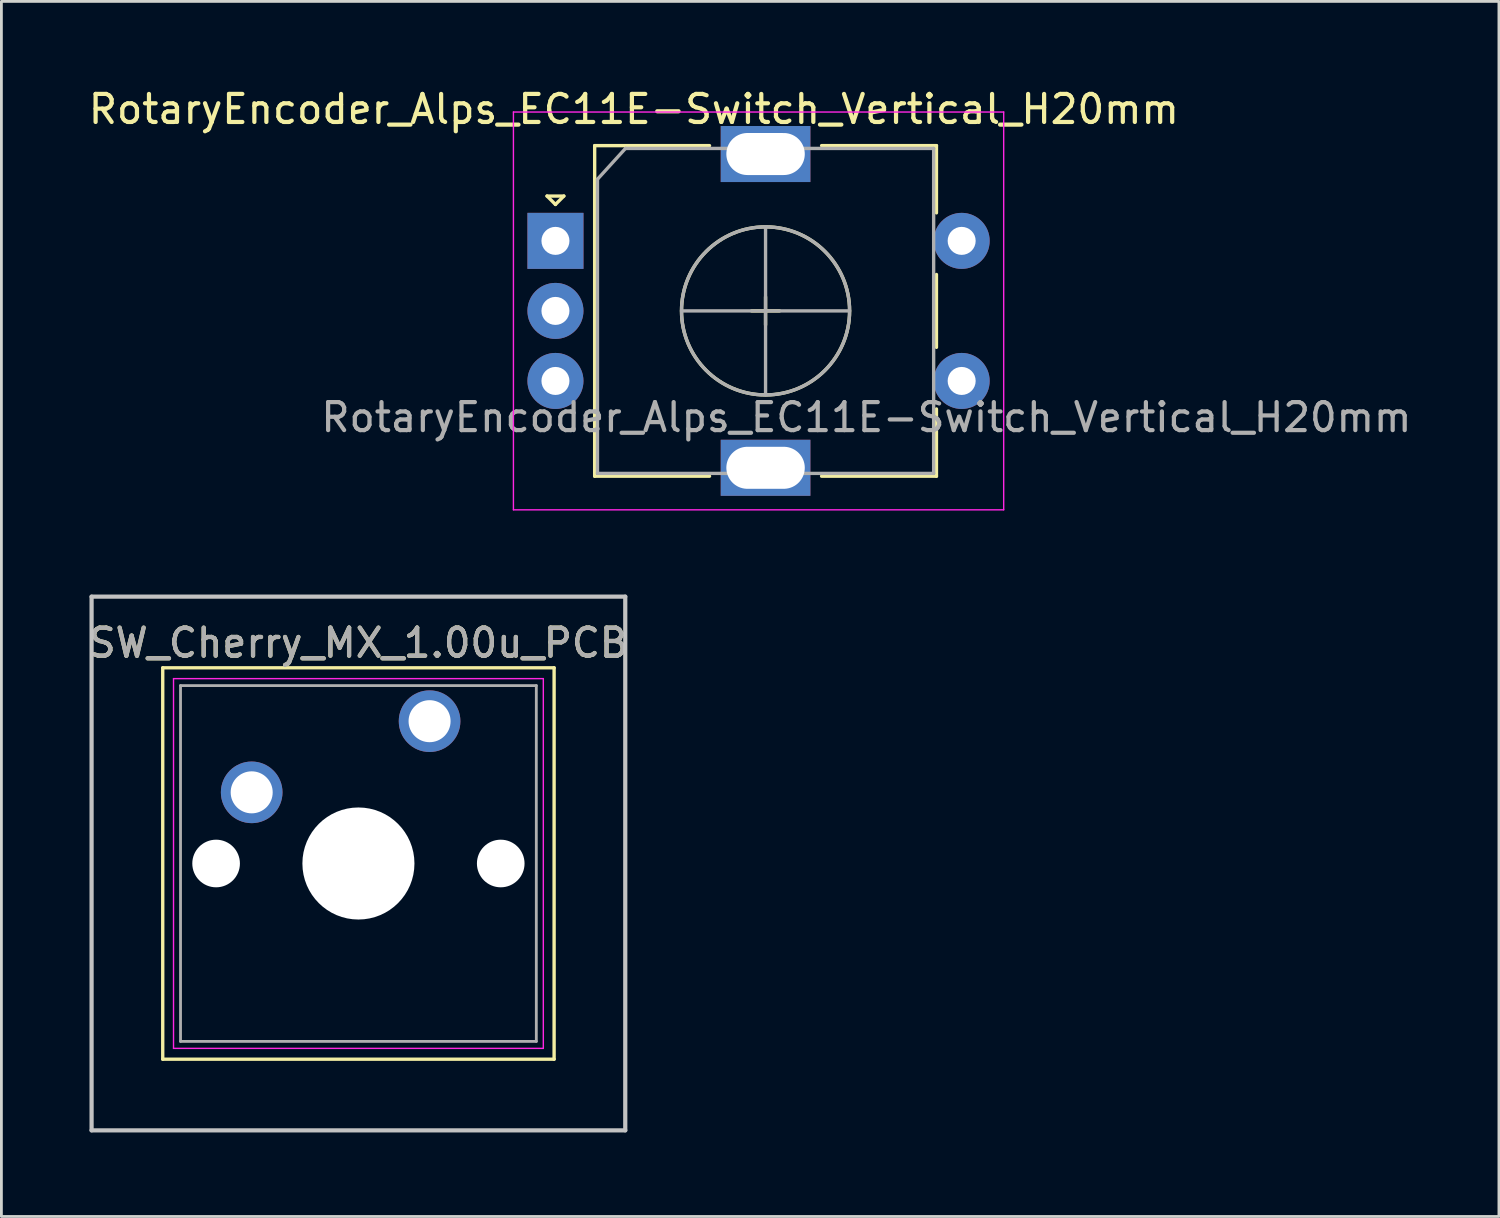
<source format=kicad_pcb>
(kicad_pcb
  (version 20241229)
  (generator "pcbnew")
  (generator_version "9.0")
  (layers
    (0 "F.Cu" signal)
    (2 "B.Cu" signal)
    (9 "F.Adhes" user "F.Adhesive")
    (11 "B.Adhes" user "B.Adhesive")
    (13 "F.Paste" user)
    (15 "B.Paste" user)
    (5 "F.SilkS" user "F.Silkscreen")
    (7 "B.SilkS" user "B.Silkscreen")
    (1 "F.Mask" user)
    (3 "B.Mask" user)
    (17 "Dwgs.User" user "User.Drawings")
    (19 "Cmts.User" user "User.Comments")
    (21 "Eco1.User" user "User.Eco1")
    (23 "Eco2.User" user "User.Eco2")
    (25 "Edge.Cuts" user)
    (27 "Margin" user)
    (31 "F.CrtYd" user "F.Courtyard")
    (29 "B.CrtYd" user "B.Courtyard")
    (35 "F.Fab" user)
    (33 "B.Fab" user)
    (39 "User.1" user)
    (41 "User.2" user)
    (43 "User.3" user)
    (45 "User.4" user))
  (footprint "SW_Cherry_MX_1.00u_PCB"
    (layer "F.Cu")
    (at 12.284 22.693)
    (property "Reference" "SW_Cherry_MX_1.00u_PCB" (at -2.54 -2.794 0) (layer "F.SilkS") (effects (font (size 1 1) (thickness 0.15))))
    (attr through_hole)
    (fp_line (start -9.525 -1.905) (end 4.445 -1.905) (stroke (width 0.12) (type solid)) (layer "F.SilkS"))
    (fp_line (start -9.525 12.065) (end -9.525 -1.905) (stroke (width 0.12) (type solid)) (layer "F.SilkS"))
    (fp_line (start 4.445 -1.905) (end 4.445 12.065) (stroke (width 0.12) (type solid)) (layer "F.SilkS"))
    (fp_line (start 4.445 12.065) (end -9.525 12.065) (stroke (width 0.12) (type solid)) (layer "F.SilkS"))
    (fp_line (start -12.065 -4.445) (end 6.985 -4.445) (stroke (width 0.15) (type solid)) (layer "Dwgs.User"))
    (fp_line (start -12.065 14.605) (end -12.065 -4.445) (stroke (width 0.15) (type solid)) (layer "Dwgs.User"))
    (fp_line (start 6.985 -4.445) (end 6.985 14.605) (stroke (width 0.15) (type solid)) (layer "Dwgs.User"))
    (fp_line (start 6.985 14.605) (end -12.065 14.605) (stroke (width 0.15) (type solid)) (layer "Dwgs.User"))
    (fp_line (start -9.14 -1.52) (end 4.06 -1.52) (stroke (width 0.05) (type solid)) (layer "F.CrtYd"))
    (fp_line (start -9.14 11.68) (end -9.14 -1.52) (stroke (width 0.05) (type solid)) (layer "F.CrtYd"))
    (fp_line (start 4.06 -1.52) (end 4.06 11.68) (stroke (width 0.05) (type solid)) (layer "F.CrtYd"))
    (fp_line (start 4.06 11.68) (end -9.14 11.68) (stroke (width 0.05) (type solid)) (layer "F.CrtYd"))
    (fp_line (start -8.89 -1.27) (end 3.81 -1.27) (stroke (width 0.1) (type solid)) (layer "F.Fab"))
    (fp_line (start -8.89 11.43) (end -8.89 -1.27) (stroke (width 0.1) (type solid)) (layer "F.Fab"))
    (fp_line (start 3.81 -1.27) (end 3.81 11.43) (stroke (width 0.1) (type solid)) (layer "F.Fab"))
    (fp_line (start 3.81 11.43) (end -8.89 11.43) (stroke (width 0.1) (type solid)) (layer "F.Fab"))
    (fp_text user "${REFERENCE}" (at -2.54 -2.794 0) (layer "F.Fab") (effects (font (size 1 1) (thickness 0.15))))
    (pad "" np_thru_hole circle (at -7.62 5.08) (size 1.7 1.7) (drill 1.7) (layers "*.Cu" "*.Mask"))
    (pad "" np_thru_hole circle (at -2.54 5.08) (size 4 4) (drill 4) (layers "*.Cu" "*.Mask"))
    (pad "" np_thru_hole circle (at 2.54 5.08) (size 1.7 1.7) (drill 1.7) (layers "*.Cu" "*.Mask"))
    (pad "1" thru_hole circle (at 0 0) (size 2.2 2.2) (drill 1.5) (layers "*.Cu" "*.Mask"))
    (pad "2" thru_hole circle (at -6.35 2.54) (size 2.2 2.2) (drill 1.5) (layers "*.Cu" "*.Mask")))
  (footprint "RotaryEncoder_Alps_EC11E-Switch_Vertical_H20mm"
    (layer "F.Cu")
    (at 16.777 5.548)
    (property "Reference" "RotaryEncoder_Alps_EC11E-Switch_Vertical_H20mm" (at 2.8 -4.7 0) (layer "F.SilkS") (effects (font (size 1 1) (thickness 0.15))))
    (attr through_hole)
    (fp_line (start -0.3 -1.6) (end 0.3 -1.6) (stroke (width 0.12) (type solid)) (layer "F.SilkS"))
    (fp_line (start 0 -1.3) (end -0.3 -1.6) (stroke (width 0.12) (type solid)) (layer "F.SilkS"))
    (fp_line (start 0.3 -1.6) (end 0 -1.3) (stroke (width 0.12) (type solid)) (layer "F.SilkS"))
    (fp_line (start 1.4 -3.4) (end 1.4 8.4) (stroke (width 0.12) (type solid)) (layer "F.SilkS"))
    (fp_line (start 5.5 -3.4) (end 1.4 -3.4) (stroke (width 0.12) (type solid)) (layer "F.SilkS"))
    (fp_line (start 5.5 8.4) (end 1.4 8.4) (stroke (width 0.12) (type solid)) (layer "F.SilkS"))
    (fp_line (start 7 2.5) (end 8 2.5) (stroke (width 0.12) (type solid)) (layer "F.SilkS"))
    (fp_line (start 7.5 2) (end 7.5 3) (stroke (width 0.12) (type solid)) (layer "F.SilkS"))
    (fp_line (start 9.5 -3.4) (end 13.6 -3.4) (stroke (width 0.12) (type solid)) (layer "F.SilkS"))
    (fp_line (start 13.6 -3.4) (end 13.6 -1) (stroke (width 0.12) (type solid)) (layer "F.SilkS"))
    (fp_line (start 13.6 1.2) (end 13.6 3.8) (stroke (width 0.12) (type solid)) (layer "F.SilkS"))
    (fp_line (start 13.6 6) (end 13.6 8.4) (stroke (width 0.12) (type solid)) (layer "F.SilkS"))
    (fp_line (start 13.6 8.4) (end 9.5 8.4) (stroke (width 0.12) (type solid)) (layer "F.SilkS"))
    (fp_circle (center 7.5 2.5) (end 10.5 2.5) (stroke (width 0.12) (type solid)) (fill no) (layer "F.SilkS"))
    (fp_line (start -1.5 -4.6) (end -1.5 9.6) (stroke (width 0.05) (type solid)) (layer "F.CrtYd"))
    (fp_line (start -1.5 -4.6) (end 16 -4.6) (stroke (width 0.05) (type solid)) (layer "F.CrtYd"))
    (fp_line (start 16 9.6) (end -1.5 9.6) (stroke (width 0.05) (type solid)) (layer "F.CrtYd"))
    (fp_line (start 16 9.6) (end 16 -4.6) (stroke (width 0.05) (type solid)) (layer "F.CrtYd"))
    (fp_line (start 1.5 -2.2) (end 2.5 -3.3) (stroke (width 0.12) (type solid)) (layer "F.Fab"))
    (fp_line (start 1.5 8.3) (end 1.5 -2.2) (stroke (width 0.12) (type solid)) (layer "F.Fab"))
    (fp_line (start 2.5 -3.3) (end 13.5 -3.3) (stroke (width 0.12) (type solid)) (layer "F.Fab"))
    (fp_line (start 4.5 2.5) (end 10.5 2.5) (stroke (width 0.12) (type solid)) (layer "F.Fab"))
    (fp_line (start 7.5 -0.5) (end 7.5 5.5) (stroke (width 0.12) (type solid)) (layer "F.Fab"))
    (fp_line (start 13.5 -3.3) (end 13.5 8.3) (stroke (width 0.12) (type solid)) (layer "F.Fab"))
    (fp_line (start 13.5 8.3) (end 1.5 8.3) (stroke (width 0.12) (type solid)) (layer "F.Fab"))
    (fp_circle (center 7.5 2.5) (end 10.5 2.5) (stroke (width 0.12) (type solid)) (fill no) (layer "F.Fab"))
    (fp_text user "${REFERENCE}" (at 11.1 6.3 0) (layer "F.Fab") (effects (font (size 1 1) (thickness 0.15))))
    (pad "A" thru_hole rect (at 0 0) (size 2 2) (drill 1) (layers "*.Cu" "*.Mask"))
    (pad "B" thru_hole circle (at 0 5) (size 2 2) (drill 1) (layers "*.Cu" "*.Mask"))
    (pad "C" thru_hole circle (at 0 2.5) (size 2 2) (drill 1) (layers "*.Cu" "*.Mask"))
    (pad "MP" thru_hole rect (at 7.5 -3.1) (size 3.2 2) (drill oval 2.8 1.5) (layers "*.Cu" "*.Mask"))
    (pad "MP" thru_hole rect (at 7.5 8.1) (size 3.2 2) (drill oval 2.8 1.5) (layers "*.Cu" "*.Mask"))
    (pad "S1" thru_hole circle (at 14.5 5) (size 2 2) (drill 1) (layers "*.Cu" "*.Mask"))
    (pad "S2" thru_hole circle (at 14.5 0) (size 2 2) (drill 1) (layers "*.Cu" "*.Mask")))
  (gr_rect
    (start -3 -3)
    (end 50.455 40.373)
    (stroke (width 0.1) (type default))
    (fill no)
    (layer "Edge.Cuts")))
</source>
